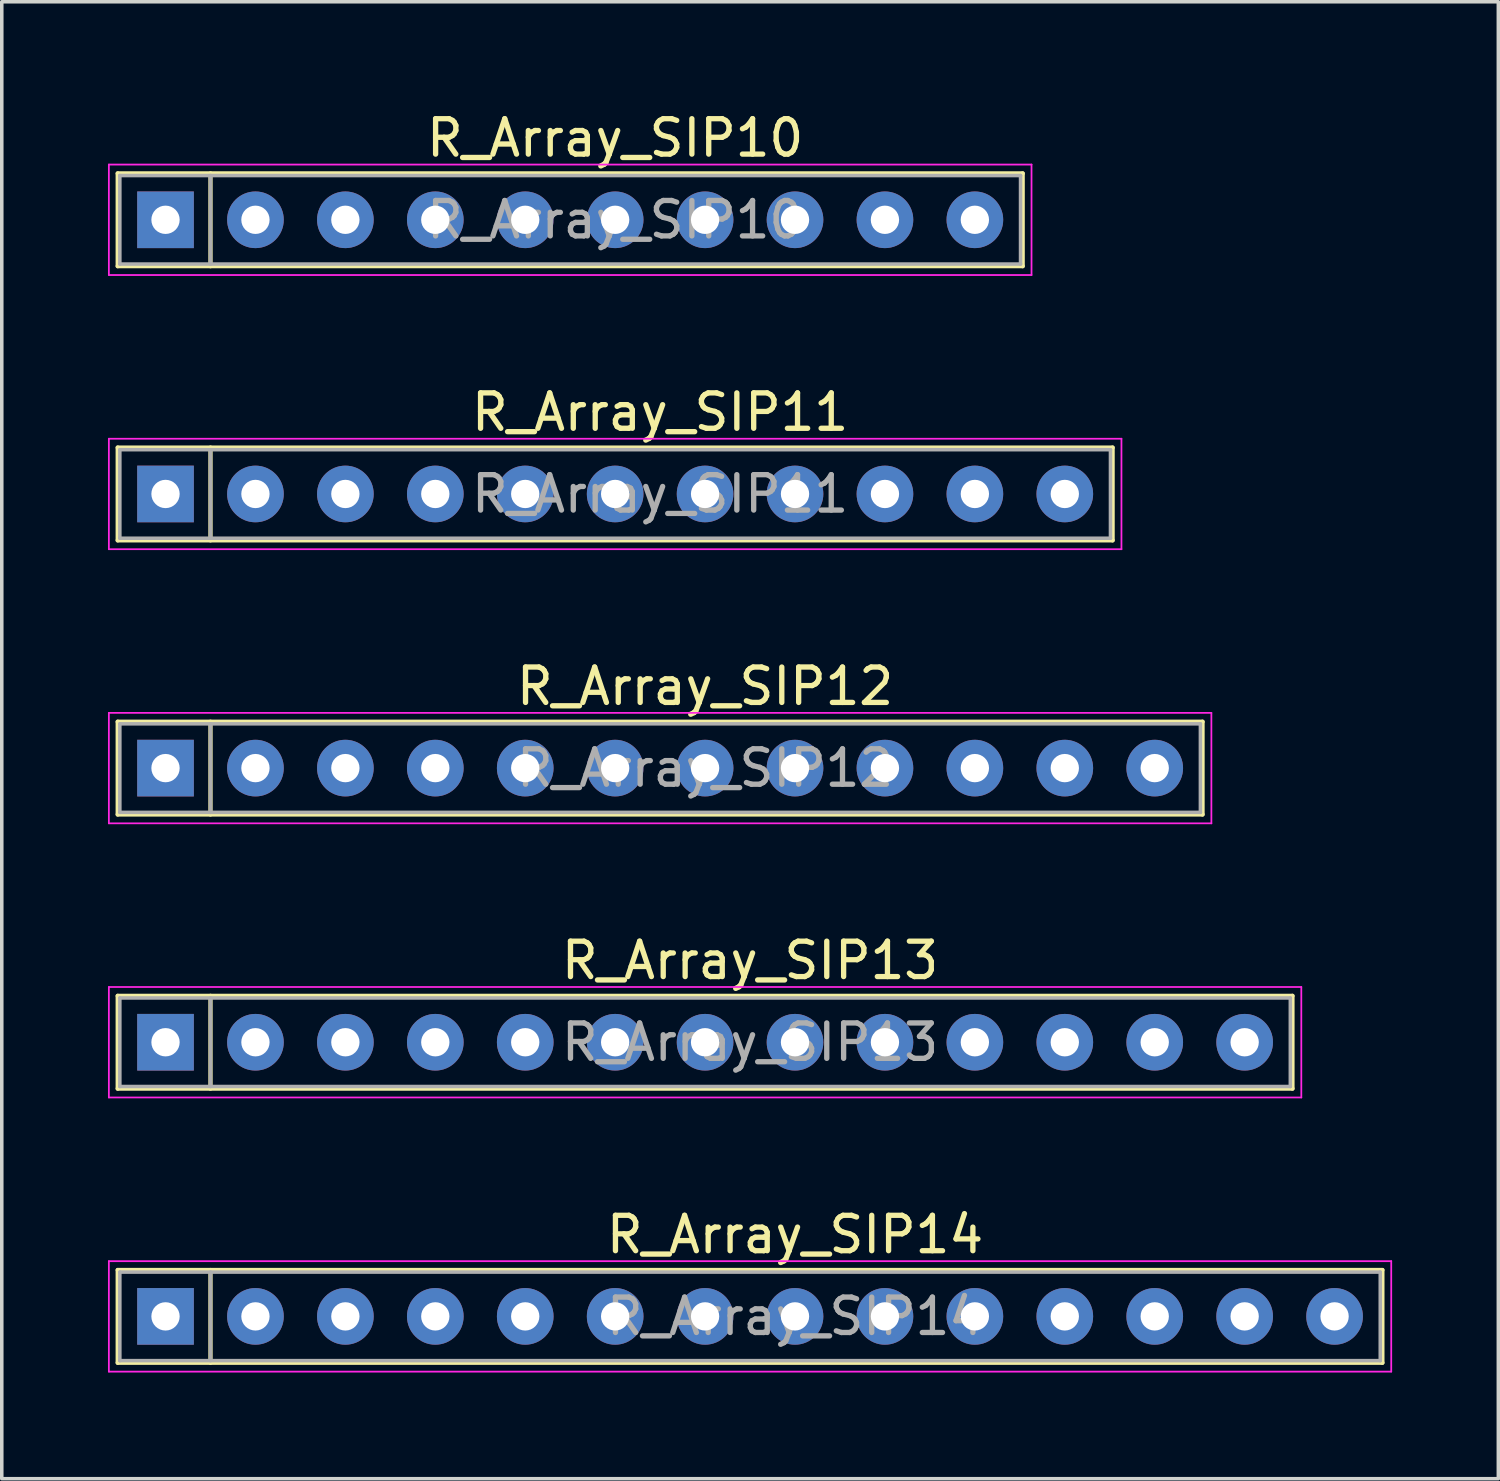
<source format=kicad_pcb>
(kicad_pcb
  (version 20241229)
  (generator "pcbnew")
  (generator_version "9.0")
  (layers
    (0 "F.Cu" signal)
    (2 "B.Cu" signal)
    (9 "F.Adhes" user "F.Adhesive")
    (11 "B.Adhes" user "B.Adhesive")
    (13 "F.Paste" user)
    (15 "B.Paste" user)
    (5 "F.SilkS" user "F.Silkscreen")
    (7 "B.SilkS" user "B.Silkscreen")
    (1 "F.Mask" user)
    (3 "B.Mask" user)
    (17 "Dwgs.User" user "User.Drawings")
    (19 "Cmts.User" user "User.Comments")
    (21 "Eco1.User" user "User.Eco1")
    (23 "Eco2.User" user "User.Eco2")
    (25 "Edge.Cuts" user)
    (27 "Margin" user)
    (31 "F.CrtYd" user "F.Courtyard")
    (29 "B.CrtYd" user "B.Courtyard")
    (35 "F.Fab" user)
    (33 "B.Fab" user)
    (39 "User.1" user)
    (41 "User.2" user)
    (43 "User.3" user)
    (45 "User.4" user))
  (footprint "R_Array_SIP14"
    (layer "F.Cu")
    (at 1.625 34.131)
    (property "Reference" "R_Array_SIP14" (at 17.78 -2.31 0) (layer "F.SilkS") (effects (font (size 1 1) (thickness 0.15))))
    (attr through_hole)
    (fp_line (start -1.35 -1.31) (end -1.35 1.31) (stroke (width 0.12) (type solid)) (layer "F.SilkS"))
    (fp_line (start -1.35 1.31) (end 34.37 1.31) (stroke (width 0.12) (type solid)) (layer "F.SilkS"))
    (fp_line (start 1.27 -1.31) (end 1.27 1.31) (stroke (width 0.12) (type solid)) (layer "F.SilkS"))
    (fp_line (start 34.37 -1.31) (end -1.35 -1.31) (stroke (width 0.12) (type solid)) (layer "F.SilkS"))
    (fp_line (start 34.37 1.31) (end 34.37 -1.31) (stroke (width 0.12) (type solid)) (layer "F.SilkS"))
    (fp_line (start -1.6 -1.56) (end -1.6 1.56) (stroke (width 0.05) (type solid)) (layer "F.CrtYd"))
    (fp_line (start -1.6 1.56) (end 34.62 1.56) (stroke (width 0.05) (type solid)) (layer "F.CrtYd"))
    (fp_line (start 34.62 -1.56) (end -1.6 -1.56) (stroke (width 0.05) (type solid)) (layer "F.CrtYd"))
    (fp_line (start 34.62 1.56) (end 34.62 -1.56) (stroke (width 0.05) (type solid)) (layer "F.CrtYd"))
    (fp_line (start -1.29 -1.25) (end -1.29 1.25) (stroke (width 0.1) (type solid)) (layer "F.Fab"))
    (fp_line (start -1.29 1.25) (end 34.31 1.25) (stroke (width 0.1) (type solid)) (layer "F.Fab"))
    (fp_line (start 1.27 -1.25) (end 1.27 1.25) (stroke (width 0.1) (type solid)) (layer "F.Fab"))
    (fp_line (start 34.31 -1.25) (end -1.29 -1.25) (stroke (width 0.1) (type solid)) (layer "F.Fab"))
    (fp_line (start 34.31 1.25) (end 34.31 -1.25) (stroke (width 0.1) (type solid)) (layer "F.Fab"))
    (fp_text user "${REFERENCE}" (at 17.78 0 0) (layer "F.Fab") (effects (font (size 1 1) (thickness 0.15))))
    (pad "1" thru_hole rect (at 0 0) (size 1.6 1.6) (drill 0.8) (layers "*.Cu" "*.Mask"))
    (pad "2" thru_hole circle (at 2.54 0) (size 1.6 1.6) (drill 0.8) (layers "*.Cu" "*.Mask"))
    (pad "3" thru_hole circle (at 5.08 0) (size 1.6 1.6) (drill 0.8) (layers "*.Cu" "*.Mask"))
    (pad "4" thru_hole circle (at 7.62 0) (size 1.6 1.6) (drill 0.8) (layers "*.Cu" "*.Mask"))
    (pad "5" thru_hole circle (at 10.16 0) (size 1.6 1.6) (drill 0.8) (layers "*.Cu" "*.Mask"))
    (pad "6" thru_hole circle (at 12.7 0) (size 1.6 1.6) (drill 0.8) (layers "*.Cu" "*.Mask"))
    (pad "7" thru_hole circle (at 15.24 0) (size 1.6 1.6) (drill 0.8) (layers "*.Cu" "*.Mask"))
    (pad "8" thru_hole circle (at 17.78 0) (size 1.6 1.6) (drill 0.8) (layers "*.Cu" "*.Mask"))
    (pad "9" thru_hole circle (at 20.32 0) (size 1.6 1.6) (drill 0.8) (layers "*.Cu" "*.Mask"))
    (pad "10" thru_hole circle (at 22.86 0) (size 1.6 1.6) (drill 0.8) (layers "*.Cu" "*.Mask"))
    (pad "11" thru_hole circle (at 25.4 0) (size 1.6 1.6) (drill 0.8) (layers "*.Cu" "*.Mask"))
    (pad "12" thru_hole circle (at 27.94 0) (size 1.6 1.6) (drill 0.8) (layers "*.Cu" "*.Mask"))
    (pad "13" thru_hole circle (at 30.48 0) (size 1.6 1.6) (drill 0.8) (layers "*.Cu" "*.Mask"))
    (pad "14" thru_hole circle (at 33.02 0) (size 1.6 1.6) (drill 0.8) (layers "*.Cu" "*.Mask")))
  (footprint "R_Array_SIP11"
    (layer "F.Cu")
    (at 1.625 10.902)
    (property "Reference" "R_Array_SIP11" (at 13.97 -2.31 0) (layer "F.SilkS") (effects (font (size 1 1) (thickness 0.15))))
    (attr through_hole)
    (fp_line (start -1.35 -1.31) (end -1.35 1.31) (stroke (width 0.12) (type solid)) (layer "F.SilkS"))
    (fp_line (start -1.35 1.31) (end 26.75 1.31) (stroke (width 0.12) (type solid)) (layer "F.SilkS"))
    (fp_line (start 1.27 -1.31) (end 1.27 1.31) (stroke (width 0.12) (type solid)) (layer "F.SilkS"))
    (fp_line (start 26.75 -1.31) (end -1.35 -1.31) (stroke (width 0.12) (type solid)) (layer "F.SilkS"))
    (fp_line (start 26.75 1.31) (end 26.75 -1.31) (stroke (width 0.12) (type solid)) (layer "F.SilkS"))
    (fp_line (start -1.6 -1.56) (end -1.6 1.56) (stroke (width 0.05) (type solid)) (layer "F.CrtYd"))
    (fp_line (start -1.6 1.56) (end 27 1.56) (stroke (width 0.05) (type solid)) (layer "F.CrtYd"))
    (fp_line (start 27 -1.56) (end -1.6 -1.56) (stroke (width 0.05) (type solid)) (layer "F.CrtYd"))
    (fp_line (start 27 1.56) (end 27 -1.56) (stroke (width 0.05) (type solid)) (layer "F.CrtYd"))
    (fp_line (start -1.29 -1.25) (end -1.29 1.25) (stroke (width 0.1) (type solid)) (layer "F.Fab"))
    (fp_line (start -1.29 1.25) (end 26.69 1.25) (stroke (width 0.1) (type solid)) (layer "F.Fab"))
    (fp_line (start 1.27 -1.25) (end 1.27 1.25) (stroke (width 0.1) (type solid)) (layer "F.Fab"))
    (fp_line (start 26.69 -1.25) (end -1.29 -1.25) (stroke (width 0.1) (type solid)) (layer "F.Fab"))
    (fp_line (start 26.69 1.25) (end 26.69 -1.25) (stroke (width 0.1) (type solid)) (layer "F.Fab"))
    (fp_text user "${REFERENCE}" (at 13.97 0 0) (layer "F.Fab") (effects (font (size 1 1) (thickness 0.15))))
    (pad "1" thru_hole rect (at 0 0) (size 1.6 1.6) (drill 0.8) (layers "*.Cu" "*.Mask"))
    (pad "2" thru_hole circle (at 2.54 0) (size 1.6 1.6) (drill 0.8) (layers "*.Cu" "*.Mask"))
    (pad "3" thru_hole circle (at 5.08 0) (size 1.6 1.6) (drill 0.8) (layers "*.Cu" "*.Mask"))
    (pad "4" thru_hole circle (at 7.62 0) (size 1.6 1.6) (drill 0.8) (layers "*.Cu" "*.Mask"))
    (pad "5" thru_hole circle (at 10.16 0) (size 1.6 1.6) (drill 0.8) (layers "*.Cu" "*.Mask"))
    (pad "6" thru_hole circle (at 12.7 0) (size 1.6 1.6) (drill 0.8) (layers "*.Cu" "*.Mask"))
    (pad "7" thru_hole circle (at 15.24 0) (size 1.6 1.6) (drill 0.8) (layers "*.Cu" "*.Mask"))
    (pad "8" thru_hole circle (at 17.78 0) (size 1.6 1.6) (drill 0.8) (layers "*.Cu" "*.Mask"))
    (pad "9" thru_hole circle (at 20.32 0) (size 1.6 1.6) (drill 0.8) (layers "*.Cu" "*.Mask"))
    (pad "10" thru_hole circle (at 22.86 0) (size 1.6 1.6) (drill 0.8) (layers "*.Cu" "*.Mask"))
    (pad "11" thru_hole circle (at 25.4 0) (size 1.6 1.6) (drill 0.8) (layers "*.Cu" "*.Mask")))
  (footprint "R_Array_SIP10"
    (layer "F.Cu")
    (at 1.625 3.158)
    (property "Reference" "R_Array_SIP10" (at 12.7 -2.31 0) (layer "F.SilkS") (effects (font (size 1 1) (thickness 0.15))))
    (attr through_hole)
    (fp_line (start -1.35 -1.31) (end -1.35 1.31) (stroke (width 0.12) (type solid)) (layer "F.SilkS"))
    (fp_line (start -1.35 1.31) (end 24.21 1.31) (stroke (width 0.12) (type solid)) (layer "F.SilkS"))
    (fp_line (start 1.27 -1.31) (end 1.27 1.31) (stroke (width 0.12) (type solid)) (layer "F.SilkS"))
    (fp_line (start 24.21 -1.31) (end -1.35 -1.31) (stroke (width 0.12) (type solid)) (layer "F.SilkS"))
    (fp_line (start 24.21 1.31) (end 24.21 -1.31) (stroke (width 0.12) (type solid)) (layer "F.SilkS"))
    (fp_line (start -1.6 -1.56) (end -1.6 1.56) (stroke (width 0.05) (type solid)) (layer "F.CrtYd"))
    (fp_line (start -1.6 1.56) (end 24.46 1.56) (stroke (width 0.05) (type solid)) (layer "F.CrtYd"))
    (fp_line (start 24.46 -1.56) (end -1.6 -1.56) (stroke (width 0.05) (type solid)) (layer "F.CrtYd"))
    (fp_line (start 24.46 1.56) (end 24.46 -1.56) (stroke (width 0.05) (type solid)) (layer "F.CrtYd"))
    (fp_line (start -1.29 -1.25) (end -1.29 1.25) (stroke (width 0.1) (type solid)) (layer "F.Fab"))
    (fp_line (start -1.29 1.25) (end 24.15 1.25) (stroke (width 0.1) (type solid)) (layer "F.Fab"))
    (fp_line (start 1.27 -1.25) (end 1.27 1.25) (stroke (width 0.1) (type solid)) (layer "F.Fab"))
    (fp_line (start 24.15 -1.25) (end -1.29 -1.25) (stroke (width 0.1) (type solid)) (layer "F.Fab"))
    (fp_line (start 24.15 1.25) (end 24.15 -1.25) (stroke (width 0.1) (type solid)) (layer "F.Fab"))
    (fp_text user "${REFERENCE}" (at 12.7 0 0) (layer "F.Fab") (effects (font (size 1 1) (thickness 0.15))))
    (pad "1" thru_hole rect (at 0 0) (size 1.6 1.6) (drill 0.8) (layers "*.Cu" "*.Mask"))
    (pad "2" thru_hole circle (at 2.54 0) (size 1.6 1.6) (drill 0.8) (layers "*.Cu" "*.Mask"))
    (pad "3" thru_hole circle (at 5.08 0) (size 1.6 1.6) (drill 0.8) (layers "*.Cu" "*.Mask"))
    (pad "4" thru_hole circle (at 7.62 0) (size 1.6 1.6) (drill 0.8) (layers "*.Cu" "*.Mask"))
    (pad "5" thru_hole circle (at 10.16 0) (size 1.6 1.6) (drill 0.8) (layers "*.Cu" "*.Mask"))
    (pad "6" thru_hole circle (at 12.7 0) (size 1.6 1.6) (drill 0.8) (layers "*.Cu" "*.Mask"))
    (pad "7" thru_hole circle (at 15.24 0) (size 1.6 1.6) (drill 0.8) (layers "*.Cu" "*.Mask"))
    (pad "8" thru_hole circle (at 17.78 0) (size 1.6 1.6) (drill 0.8) (layers "*.Cu" "*.Mask"))
    (pad "9" thru_hole circle (at 20.32 0) (size 1.6 1.6) (drill 0.8) (layers "*.Cu" "*.Mask"))
    (pad "10" thru_hole circle (at 22.86 0) (size 1.6 1.6) (drill 0.8) (layers "*.Cu" "*.Mask")))
  (footprint "R_Array_SIP12"
    (layer "F.Cu")
    (at 1.625 18.645)
    (property "Reference" "R_Array_SIP12" (at 15.24 -2.31 0) (layer "F.SilkS") (effects (font (size 1 1) (thickness 0.15))))
    (attr through_hole)
    (fp_line (start -1.35 -1.31) (end -1.35 1.31) (stroke (width 0.12) (type solid)) (layer "F.SilkS"))
    (fp_line (start -1.35 1.31) (end 29.29 1.31) (stroke (width 0.12) (type solid)) (layer "F.SilkS"))
    (fp_line (start 1.27 -1.31) (end 1.27 1.31) (stroke (width 0.12) (type solid)) (layer "F.SilkS"))
    (fp_line (start 29.29 -1.31) (end -1.35 -1.31) (stroke (width 0.12) (type solid)) (layer "F.SilkS"))
    (fp_line (start 29.29 1.31) (end 29.29 -1.31) (stroke (width 0.12) (type solid)) (layer "F.SilkS"))
    (fp_line (start -1.6 -1.56) (end -1.6 1.56) (stroke (width 0.05) (type solid)) (layer "F.CrtYd"))
    (fp_line (start -1.6 1.56) (end 29.54 1.56) (stroke (width 0.05) (type solid)) (layer "F.CrtYd"))
    (fp_line (start 29.54 -1.56) (end -1.6 -1.56) (stroke (width 0.05) (type solid)) (layer "F.CrtYd"))
    (fp_line (start 29.54 1.56) (end 29.54 -1.56) (stroke (width 0.05) (type solid)) (layer "F.CrtYd"))
    (fp_line (start -1.29 -1.25) (end -1.29 1.25) (stroke (width 0.1) (type solid)) (layer "F.Fab"))
    (fp_line (start -1.29 1.25) (end 29.23 1.25) (stroke (width 0.1) (type solid)) (layer "F.Fab"))
    (fp_line (start 1.27 -1.25) (end 1.27 1.25) (stroke (width 0.1) (type solid)) (layer "F.Fab"))
    (fp_line (start 29.23 -1.25) (end -1.29 -1.25) (stroke (width 0.1) (type solid)) (layer "F.Fab"))
    (fp_line (start 29.23 1.25) (end 29.23 -1.25) (stroke (width 0.1) (type solid)) (layer "F.Fab"))
    (fp_text user "${REFERENCE}" (at 15.24 0 0) (layer "F.Fab") (effects (font (size 1 1) (thickness 0.15))))
    (pad "1" thru_hole rect (at 0 0) (size 1.6 1.6) (drill 0.8) (layers "*.Cu" "*.Mask"))
    (pad "2" thru_hole circle (at 2.54 0) (size 1.6 1.6) (drill 0.8) (layers "*.Cu" "*.Mask"))
    (pad "3" thru_hole circle (at 5.08 0) (size 1.6 1.6) (drill 0.8) (layers "*.Cu" "*.Mask"))
    (pad "4" thru_hole circle (at 7.62 0) (size 1.6 1.6) (drill 0.8) (layers "*.Cu" "*.Mask"))
    (pad "5" thru_hole circle (at 10.16 0) (size 1.6 1.6) (drill 0.8) (layers "*.Cu" "*.Mask"))
    (pad "6" thru_hole circle (at 12.7 0) (size 1.6 1.6) (drill 0.8) (layers "*.Cu" "*.Mask"))
    (pad "7" thru_hole circle (at 15.24 0) (size 1.6 1.6) (drill 0.8) (layers "*.Cu" "*.Mask"))
    (pad "8" thru_hole circle (at 17.78 0) (size 1.6 1.6) (drill 0.8) (layers "*.Cu" "*.Mask"))
    (pad "9" thru_hole circle (at 20.32 0) (size 1.6 1.6) (drill 0.8) (layers "*.Cu" "*.Mask"))
    (pad "10" thru_hole circle (at 22.86 0) (size 1.6 1.6) (drill 0.8) (layers "*.Cu" "*.Mask"))
    (pad "11" thru_hole circle (at 25.4 0) (size 1.6 1.6) (drill 0.8) (layers "*.Cu" "*.Mask"))
    (pad "12" thru_hole circle (at 27.94 0) (size 1.6 1.6) (drill 0.8) (layers "*.Cu" "*.Mask")))
  (footprint "R_Array_SIP13"
    (layer "F.Cu")
    (at 1.625 26.388)
    (property "Reference" "R_Array_SIP13" (at 16.51 -2.31 0) (layer "F.SilkS") (effects (font (size 1 1) (thickness 0.15))))
    (attr through_hole)
    (fp_line (start -1.35 -1.31) (end -1.35 1.31) (stroke (width 0.12) (type solid)) (layer "F.SilkS"))
    (fp_line (start -1.35 1.31) (end 31.83 1.31) (stroke (width 0.12) (type solid)) (layer "F.SilkS"))
    (fp_line (start 1.27 -1.31) (end 1.27 1.31) (stroke (width 0.12) (type solid)) (layer "F.SilkS"))
    (fp_line (start 31.83 -1.31) (end -1.35 -1.31) (stroke (width 0.12) (type solid)) (layer "F.SilkS"))
    (fp_line (start 31.83 1.31) (end 31.83 -1.31) (stroke (width 0.12) (type solid)) (layer "F.SilkS"))
    (fp_line (start -1.6 -1.56) (end -1.6 1.56) (stroke (width 0.05) (type solid)) (layer "F.CrtYd"))
    (fp_line (start -1.6 1.56) (end 32.08 1.56) (stroke (width 0.05) (type solid)) (layer "F.CrtYd"))
    (fp_line (start 32.08 -1.56) (end -1.6 -1.56) (stroke (width 0.05) (type solid)) (layer "F.CrtYd"))
    (fp_line (start 32.08 1.56) (end 32.08 -1.56) (stroke (width 0.05) (type solid)) (layer "F.CrtYd"))
    (fp_line (start -1.29 -1.25) (end -1.29 1.25) (stroke (width 0.1) (type solid)) (layer "F.Fab"))
    (fp_line (start -1.29 1.25) (end 31.77 1.25) (stroke (width 0.1) (type solid)) (layer "F.Fab"))
    (fp_line (start 1.27 -1.25) (end 1.27 1.25) (stroke (width 0.1) (type solid)) (layer "F.Fab"))
    (fp_line (start 31.77 -1.25) (end -1.29 -1.25) (stroke (width 0.1) (type solid)) (layer "F.Fab"))
    (fp_line (start 31.77 1.25) (end 31.77 -1.25) (stroke (width 0.1) (type solid)) (layer "F.Fab"))
    (fp_text user "${REFERENCE}" (at 16.51 0 0) (layer "F.Fab") (effects (font (size 1 1) (thickness 0.15))))
    (pad "1" thru_hole rect (at 0 0) (size 1.6 1.6) (drill 0.8) (layers "*.Cu" "*.Mask"))
    (pad "2" thru_hole circle (at 2.54 0) (size 1.6 1.6) (drill 0.8) (layers "*.Cu" "*.Mask"))
    (pad "3" thru_hole circle (at 5.08 0) (size 1.6 1.6) (drill 0.8) (layers "*.Cu" "*.Mask"))
    (pad "4" thru_hole circle (at 7.62 0) (size 1.6 1.6) (drill 0.8) (layers "*.Cu" "*.Mask"))
    (pad "5" thru_hole circle (at 10.16 0) (size 1.6 1.6) (drill 0.8) (layers "*.Cu" "*.Mask"))
    (pad "6" thru_hole circle (at 12.7 0) (size 1.6 1.6) (drill 0.8) (layers "*.Cu" "*.Mask"))
    (pad "7" thru_hole circle (at 15.24 0) (size 1.6 1.6) (drill 0.8) (layers "*.Cu" "*.Mask"))
    (pad "8" thru_hole circle (at 17.78 0) (size 1.6 1.6) (drill 0.8) (layers "*.Cu" "*.Mask"))
    (pad "9" thru_hole circle (at 20.32 0) (size 1.6 1.6) (drill 0.8) (layers "*.Cu" "*.Mask"))
    (pad "10" thru_hole circle (at 22.86 0) (size 1.6 1.6) (drill 0.8) (layers "*.Cu" "*.Mask"))
    (pad "11" thru_hole circle (at 25.4 0) (size 1.6 1.6) (drill 0.8) (layers "*.Cu" "*.Mask"))
    (pad "12" thru_hole circle (at 27.94 0) (size 1.6 1.6) (drill 0.8) (layers "*.Cu" "*.Mask"))
    (pad "13" thru_hole circle (at 30.48 0) (size 1.6 1.6) (drill 0.8) (layers "*.Cu" "*.Mask")))
  (gr_rect
    (start -3 -3)
    (end 39.27 38.716)
    (stroke (width 0.1) (type default))
    (fill no)
    (layer "Edge.Cuts")))
</source>
